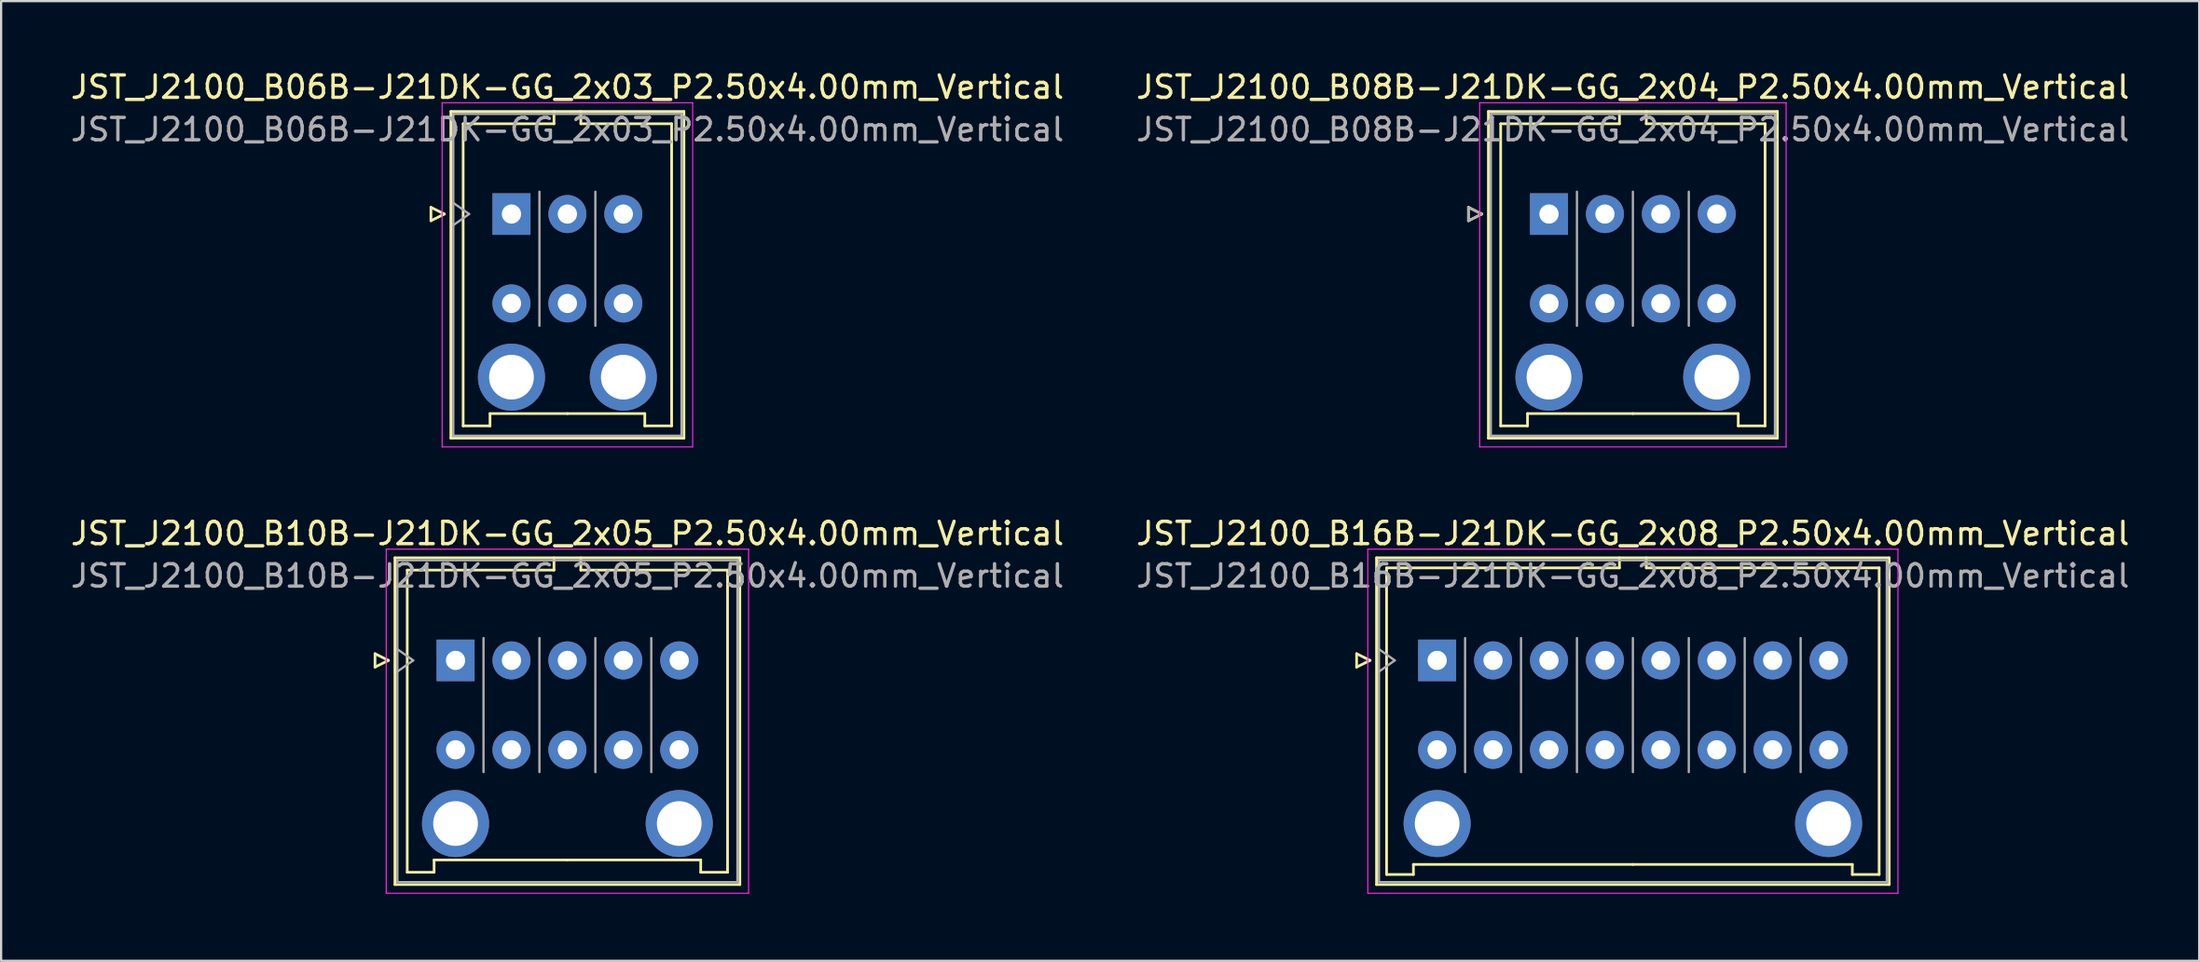
<source format=kicad_pcb>
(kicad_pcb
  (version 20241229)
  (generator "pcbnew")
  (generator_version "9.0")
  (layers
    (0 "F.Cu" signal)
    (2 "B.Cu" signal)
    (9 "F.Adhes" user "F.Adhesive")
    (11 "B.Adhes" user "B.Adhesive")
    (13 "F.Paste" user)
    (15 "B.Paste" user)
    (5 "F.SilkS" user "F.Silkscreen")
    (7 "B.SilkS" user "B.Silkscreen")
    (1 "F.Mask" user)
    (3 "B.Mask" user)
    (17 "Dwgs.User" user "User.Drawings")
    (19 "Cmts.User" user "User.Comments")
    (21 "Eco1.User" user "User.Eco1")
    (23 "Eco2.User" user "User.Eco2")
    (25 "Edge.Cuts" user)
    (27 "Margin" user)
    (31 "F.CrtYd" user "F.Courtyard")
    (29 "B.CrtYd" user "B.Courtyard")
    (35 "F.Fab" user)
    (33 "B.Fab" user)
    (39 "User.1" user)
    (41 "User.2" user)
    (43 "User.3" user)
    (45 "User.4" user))
  (footprint "JST_J2100_B10B-J21DK-GG_2x05_P2.50x4.00mm_Vertical"
    (layer "F.Cu")
    (at 17.315 26.502)
    (property "Reference" "JST_J2100_B10B-J21DK-GG_2x05_P2.50x4.00mm_Vertical" (at 5 -5.68 0) (layer "F.SilkS") (effects (font (size 1 1) (thickness 0.15))))
    (attr through_hole)
    (fp_line (start -3.6 -0.3) (end -3 0) (stroke (width 0.12) (type solid)) (layer "F.SilkS"))
    (fp_line (start -3.6 0.3) (end -3.6 -0.3) (stroke (width 0.12) (type solid)) (layer "F.SilkS"))
    (fp_line (start -3 0) (end -3.6 0.3) (stroke (width 0.12) (type solid)) (layer "F.SilkS"))
    (fp_line (start -2.71 -4.59) (end -2.71 10.03) (stroke (width 0.12) (type solid)) (layer "F.SilkS"))
    (fp_line (start -2.71 10.03) (end 12.71 10.03) (stroke (width 0.12) (type solid)) (layer "F.SilkS"))
    (fp_line (start -2.16 -4.04) (end -2.16 9.48) (stroke (width 0.12) (type solid)) (layer "F.SilkS"))
    (fp_line (start -2.16 9.48) (end -0.96 9.48) (stroke (width 0.12) (type solid)) (layer "F.SilkS"))
    (fp_line (start -0.96 8.93) (end 5 8.93) (stroke (width 0.12) (type solid)) (layer "F.SilkS"))
    (fp_line (start -0.96 9.48) (end -0.96 8.93) (stroke (width 0.12) (type solid)) (layer "F.SilkS"))
    (fp_line (start 4.4 -4.59) (end 4.4 -4.04) (stroke (width 0.12) (type solid)) (layer "F.SilkS"))
    (fp_line (start 4.4 -4.04) (end -2.16 -4.04) (stroke (width 0.12) (type solid)) (layer "F.SilkS"))
    (fp_line (start 5.6 -4.59) (end 5.6 -4.04) (stroke (width 0.12) (type solid)) (layer "F.SilkS"))
    (fp_line (start 5.6 -4.04) (end 12.16 -4.04) (stroke (width 0.12) (type solid)) (layer "F.SilkS"))
    (fp_line (start 10.96 8.93) (end 5 8.93) (stroke (width 0.12) (type solid)) (layer "F.SilkS"))
    (fp_line (start 10.96 9.48) (end 10.96 8.93) (stroke (width 0.12) (type solid)) (layer "F.SilkS"))
    (fp_line (start 12.16 -4.04) (end 12.16 9.48) (stroke (width 0.12) (type solid)) (layer "F.SilkS"))
    (fp_line (start 12.16 9.48) (end 10.96 9.48) (stroke (width 0.12) (type solid)) (layer "F.SilkS"))
    (fp_line (start 12.71 -4.59) (end -2.71 -4.59) (stroke (width 0.12) (type solid)) (layer "F.SilkS"))
    (fp_line (start 12.71 10.03) (end 12.71 -4.59) (stroke (width 0.12) (type solid)) (layer "F.SilkS"))
    (fp_line (start -3.1 -4.98) (end -3.1 10.42) (stroke (width 0.05) (type solid)) (layer "F.CrtYd"))
    (fp_line (start -3.1 10.42) (end 13.1 10.42) (stroke (width 0.05) (type solid)) (layer "F.CrtYd"))
    (fp_line (start 13.1 -4.98) (end -3.1 -4.98) (stroke (width 0.05) (type solid)) (layer "F.CrtYd"))
    (fp_line (start 13.1 10.42) (end 13.1 -4.98) (stroke (width 0.05) (type solid)) (layer "F.CrtYd"))
    (fp_line (start -2.6 -4.48) (end -2.6 9.92) (stroke (width 0.1) (type solid)) (layer "F.Fab"))
    (fp_line (start -2.6 0.5) (end -1.893 0) (stroke (width 0.1) (type solid)) (layer "F.Fab"))
    (fp_line (start -2.6 9.92) (end 12.6 9.92) (stroke (width 0.1) (type solid)) (layer "F.Fab"))
    (fp_line (start -1.893 0) (end -2.6 -0.5) (stroke (width 0.1) (type solid)) (layer "F.Fab"))
    (fp_line (start 1.25 5) (end 1.25 -1) (stroke (width 0.1) (type solid)) (layer "F.Fab"))
    (fp_line (start 3.75 5) (end 3.75 -1) (stroke (width 0.1) (type solid)) (layer "F.Fab"))
    (fp_line (start 6.25 5) (end 6.25 -1) (stroke (width 0.1) (type solid)) (layer "F.Fab"))
    (fp_line (start 8.75 5) (end 8.75 -1) (stroke (width 0.1) (type solid)) (layer "F.Fab"))
    (fp_line (start 12.6 -4.48) (end -2.6 -4.48) (stroke (width 0.1) (type solid)) (layer "F.Fab"))
    (fp_line (start 12.6 9.92) (end 12.6 -4.48) (stroke (width 0.1) (type solid)) (layer "F.Fab"))
    (fp_text user "${REFERENCE}" (at 5 -3.78 0) (layer "F.Fab") (effects (font (size 1 1) (thickness 0.15))))
    (pad "" thru_hole circle (at 0 7.3) (size 3 3) (drill 2) (layers "*.Cu" "*.Mask"))
    (pad "" thru_hole circle (at 10 7.3) (size 3 3) (drill 2) (layers "*.Cu" "*.Mask"))
    (pad "a1" thru_hole rect (at 0 0) (size 1.7 1.86) (drill 0.86) (layers "*.Cu" "*.Mask"))
    (pad "a2" thru_hole circle (at 2.5 0) (size 1.7 1.7) (drill 0.86) (layers "*.Cu" "*.Mask"))
    (pad "a3" thru_hole circle (at 5 0) (size 1.7 1.7) (drill 0.86) (layers "*.Cu" "*.Mask"))
    (pad "a4" thru_hole circle (at 7.5 0) (size 1.7 1.7) (drill 0.86) (layers "*.Cu" "*.Mask"))
    (pad "a5" thru_hole circle (at 10 0) (size 1.7 1.7) (drill 0.86) (layers "*.Cu" "*.Mask"))
    (pad "b1" thru_hole circle (at 0 4) (size 1.7 1.7) (drill 0.86) (layers "*.Cu" "*.Mask"))
    (pad "b2" thru_hole circle (at 2.5 4) (size 1.7 1.7) (drill 0.86) (layers "*.Cu" "*.Mask"))
    (pad "b3" thru_hole circle (at 5 4) (size 1.7 1.7) (drill 0.86) (layers "*.Cu" "*.Mask"))
    (pad "b4" thru_hole circle (at 7.5 4) (size 1.7 1.7) (drill 0.86) (layers "*.Cu" "*.Mask"))
    (pad "b5" thru_hole circle (at 10 4) (size 1.7 1.7) (drill 0.86) (layers "*.Cu" "*.Mask")))
  (footprint "JST_J2100_B06B-J21DK-GG_2x03_P2.50x4.00mm_Vertical"
    (layer "F.Cu")
    (at 19.815 6.528)
    (property "Reference" "JST_J2100_B06B-J21DK-GG_2x03_P2.50x4.00mm_Vertical" (at 2.5 -5.68 0) (layer "F.SilkS") (effects (font (size 1 1) (thickness 0.15))))
    (attr through_hole)
    (fp_line (start -3.6 -0.3) (end -3 0) (stroke (width 0.12) (type solid)) (layer "F.SilkS"))
    (fp_line (start -3.6 0.3) (end -3.6 -0.3) (stroke (width 0.12) (type solid)) (layer "F.SilkS"))
    (fp_line (start -3 0) (end -3.6 0.3) (stroke (width 0.12) (type solid)) (layer "F.SilkS"))
    (fp_line (start -2.71 -4.59) (end -2.71 10.03) (stroke (width 0.12) (type solid)) (layer "F.SilkS"))
    (fp_line (start -2.71 10.03) (end 7.71 10.03) (stroke (width 0.12) (type solid)) (layer "F.SilkS"))
    (fp_line (start -2.16 -4.04) (end -2.16 9.48) (stroke (width 0.12) (type solid)) (layer "F.SilkS"))
    (fp_line (start -2.16 9.48) (end -0.96 9.48) (stroke (width 0.12) (type solid)) (layer "F.SilkS"))
    (fp_line (start -0.96 8.93) (end 2.5 8.93) (stroke (width 0.12) (type solid)) (layer "F.SilkS"))
    (fp_line (start -0.96 9.48) (end -0.96 8.93) (stroke (width 0.12) (type solid)) (layer "F.SilkS"))
    (fp_line (start 1.9 -4.59) (end 1.9 -4.04) (stroke (width 0.12) (type solid)) (layer "F.SilkS"))
    (fp_line (start 1.9 -4.04) (end -2.16 -4.04) (stroke (width 0.12) (type solid)) (layer "F.SilkS"))
    (fp_line (start 3.1 -4.59) (end 3.1 -4.04) (stroke (width 0.12) (type solid)) (layer "F.SilkS"))
    (fp_line (start 3.1 -4.04) (end 7.16 -4.04) (stroke (width 0.12) (type solid)) (layer "F.SilkS"))
    (fp_line (start 5.96 8.93) (end 2.5 8.93) (stroke (width 0.12) (type solid)) (layer "F.SilkS"))
    (fp_line (start 5.96 9.48) (end 5.96 8.93) (stroke (width 0.12) (type solid)) (layer "F.SilkS"))
    (fp_line (start 7.16 -4.04) (end 7.16 9.48) (stroke (width 0.12) (type solid)) (layer "F.SilkS"))
    (fp_line (start 7.16 9.48) (end 5.96 9.48) (stroke (width 0.12) (type solid)) (layer "F.SilkS"))
    (fp_line (start 7.71 -4.59) (end -2.71 -4.59) (stroke (width 0.12) (type solid)) (layer "F.SilkS"))
    (fp_line (start 7.71 10.03) (end 7.71 -4.59) (stroke (width 0.12) (type solid)) (layer "F.SilkS"))
    (fp_line (start -3.1 -4.98) (end -3.1 10.42) (stroke (width 0.05) (type solid)) (layer "F.CrtYd"))
    (fp_line (start -3.1 10.42) (end 8.1 10.42) (stroke (width 0.05) (type solid)) (layer "F.CrtYd"))
    (fp_line (start 8.1 -4.98) (end -3.1 -4.98) (stroke (width 0.05) (type solid)) (layer "F.CrtYd"))
    (fp_line (start 8.1 10.42) (end 8.1 -4.98) (stroke (width 0.05) (type solid)) (layer "F.CrtYd"))
    (fp_line (start -2.6 -4.48) (end -2.6 9.92) (stroke (width 0.1) (type solid)) (layer "F.Fab"))
    (fp_line (start -2.6 0.5) (end -1.893 0) (stroke (width 0.1) (type solid)) (layer "F.Fab"))
    (fp_line (start -2.6 9.92) (end 7.6 9.92) (stroke (width 0.1) (type solid)) (layer "F.Fab"))
    (fp_line (start -1.893 0) (end -2.6 -0.5) (stroke (width 0.1) (type solid)) (layer "F.Fab"))
    (fp_line (start 1.25 5) (end 1.25 -1) (stroke (width 0.1) (type solid)) (layer "F.Fab"))
    (fp_line (start 3.75 5) (end 3.75 -1) (stroke (width 0.1) (type solid)) (layer "F.Fab"))
    (fp_line (start 7.6 -4.48) (end -2.6 -4.48) (stroke (width 0.1) (type solid)) (layer "F.Fab"))
    (fp_line (start 7.6 9.92) (end 7.6 -4.48) (stroke (width 0.1) (type solid)) (layer "F.Fab"))
    (fp_text user "${REFERENCE}" (at 2.5 -3.78 0) (layer "F.Fab") (effects (font (size 1 1) (thickness 0.15))))
    (pad "" thru_hole circle (at 0 7.3) (size 3 3) (drill 2) (layers "*.Cu" "*.Mask"))
    (pad "" thru_hole circle (at 5 7.3) (size 3 3) (drill 2) (layers "*.Cu" "*.Mask"))
    (pad "a1" thru_hole rect (at 0 0) (size 1.7 1.86) (drill 0.86) (layers "*.Cu" "*.Mask"))
    (pad "a2" thru_hole circle (at 2.5 0) (size 1.7 1.7) (drill 0.86) (layers "*.Cu" "*.Mask"))
    (pad "a3" thru_hole circle (at 5 0) (size 1.7 1.7) (drill 0.86) (layers "*.Cu" "*.Mask"))
    (pad "b1" thru_hole circle (at 0 4) (size 1.7 1.7) (drill 0.86) (layers "*.Cu" "*.Mask"))
    (pad "b2" thru_hole circle (at 2.5 4) (size 1.7 1.7) (drill 0.86) (layers "*.Cu" "*.Mask"))
    (pad "b3" thru_hole circle (at 5 4) (size 1.7 1.7) (drill 0.86) (layers "*.Cu" "*.Mask")))
  (footprint "JST_J2100_B08B-J21DK-GG_2x04_P2.50x4.00mm_Vertical"
    (layer "F.Cu")
    (at 66.196 6.528)
    (property "Reference" "JST_J2100_B08B-J21DK-GG_2x04_P2.50x4.00mm_Vertical" (at 3.75 -5.68 0) (layer "F.SilkS") (effects (font (size 1 1) (thickness 0.15))))
    (attr through_hole)
    (fp_line (start -3.6 -0.3) (end -3 0) (stroke (width 0.12) (type solid)) (layer "F.SilkS"))
    (fp_line (start -3.6 0.3) (end -3.6 -0.3) (stroke (width 0.12) (type solid)) (layer "F.SilkS"))
    (fp_line (start -3 0) (end -3.6 0.3) (stroke (width 0.12) (type solid)) (layer "F.SilkS"))
    (fp_line (start -2.71 -4.59) (end -2.71 10.03) (stroke (width 0.12) (type solid)) (layer "F.SilkS"))
    (fp_line (start -2.71 10.03) (end 10.21 10.03) (stroke (width 0.12) (type solid)) (layer "F.SilkS"))
    (fp_line (start -2.16 -4.04) (end -2.16 9.48) (stroke (width 0.12) (type solid)) (layer "F.SilkS"))
    (fp_line (start -2.16 9.48) (end -0.96 9.48) (stroke (width 0.12) (type solid)) (layer "F.SilkS"))
    (fp_line (start -0.96 8.93) (end 3.75 8.93) (stroke (width 0.12) (type solid)) (layer "F.SilkS"))
    (fp_line (start -0.96 9.48) (end -0.96 8.93) (stroke (width 0.12) (type solid)) (layer "F.SilkS"))
    (fp_line (start 3.15 -4.59) (end 3.15 -4.04) (stroke (width 0.12) (type solid)) (layer "F.SilkS"))
    (fp_line (start 3.15 -4.04) (end -2.16 -4.04) (stroke (width 0.12) (type solid)) (layer "F.SilkS"))
    (fp_line (start 4.35 -4.59) (end 4.35 -4.04) (stroke (width 0.12) (type solid)) (layer "F.SilkS"))
    (fp_line (start 4.35 -4.04) (end 9.66 -4.04) (stroke (width 0.12) (type solid)) (layer "F.SilkS"))
    (fp_line (start 8.46 8.93) (end 3.75 8.93) (stroke (width 0.12) (type solid)) (layer "F.SilkS"))
    (fp_line (start 8.46 9.48) (end 8.46 8.93) (stroke (width 0.12) (type solid)) (layer "F.SilkS"))
    (fp_line (start 9.66 -4.04) (end 9.66 9.48) (stroke (width 0.12) (type solid)) (layer "F.SilkS"))
    (fp_line (start 9.66 9.48) (end 8.46 9.48) (stroke (width 0.12) (type solid)) (layer "F.SilkS"))
    (fp_line (start 10.21 -4.59) (end -2.71 -4.59) (stroke (width 0.12) (type solid)) (layer "F.SilkS"))
    (fp_line (start 10.21 10.03) (end 10.21 -4.59) (stroke (width 0.12) (type solid)) (layer "F.SilkS"))
    (fp_line (start -3.1 -4.98) (end -3.1 10.42) (stroke (width 0.05) (type solid)) (layer "F.CrtYd"))
    (fp_line (start -3.1 10.42) (end 10.6 10.42) (stroke (width 0.05) (type solid)) (layer "F.CrtYd"))
    (fp_line (start 10.6 -4.98) (end -3.1 -4.98) (stroke (width 0.05) (type solid)) (layer "F.CrtYd"))
    (fp_line (start 10.6 10.42) (end 10.6 -4.98) (stroke (width 0.05) (type solid)) (layer "F.CrtYd"))
    (fp_line (start -3.6 -0.3) (end -3 0) (stroke (width 0.1) (type solid)) (layer "F.Fab"))
    (fp_line (start -3.6 0.3) (end -3.6 -0.3) (stroke (width 0.1) (type solid)) (layer "F.Fab"))
    (fp_line (start -3 0) (end -3.6 0.3) (stroke (width 0.1) (type solid)) (layer "F.Fab"))
    (fp_line (start -2.6 -4.48) (end -2.6 9.92) (stroke (width 0.1) (type solid)) (layer "F.Fab"))
    (fp_line (start -2.6 9.92) (end 10.1 9.92) (stroke (width 0.1) (type solid)) (layer "F.Fab"))
    (fp_line (start 1.25 5) (end 1.25 -1) (stroke (width 0.1) (type solid)) (layer "F.Fab"))
    (fp_line (start 3.75 5) (end 3.75 -1) (stroke (width 0.1) (type solid)) (layer "F.Fab"))
    (fp_line (start 6.25 5) (end 6.25 -1) (stroke (width 0.1) (type solid)) (layer "F.Fab"))
    (fp_line (start 10.1 -4.48) (end -2.6 -4.48) (stroke (width 0.1) (type solid)) (layer "F.Fab"))
    (fp_line (start 10.1 9.92) (end 10.1 -4.48) (stroke (width 0.1) (type solid)) (layer "F.Fab"))
    (fp_text user "${REFERENCE}" (at 3.75 -3.78 0) (layer "F.Fab") (effects (font (size 1 1) (thickness 0.15))))
    (pad "" thru_hole circle (at 0 7.3) (size 3 3) (drill 2) (layers "*.Cu" "*.Mask"))
    (pad "" thru_hole circle (at 7.5 7.3) (size 3 3) (drill 2) (layers "*.Cu" "*.Mask"))
    (pad "a1" thru_hole rect (at 0 0) (size 1.7 1.86) (drill 0.86) (layers "*.Cu" "*.Mask"))
    (pad "a2" thru_hole circle (at 2.5 0) (size 1.7 1.7) (drill 0.86) (layers "*.Cu" "*.Mask"))
    (pad "a3" thru_hole circle (at 5 0) (size 1.7 1.7) (drill 0.86) (layers "*.Cu" "*.Mask"))
    (pad "a4" thru_hole circle (at 7.5 0) (size 1.7 1.7) (drill 0.86) (layers "*.Cu" "*.Mask"))
    (pad "b1" thru_hole circle (at 0 4) (size 1.7 1.7) (drill 0.86) (layers "*.Cu" "*.Mask"))
    (pad "b2" thru_hole circle (at 2.5 4) (size 1.7 1.7) (drill 0.86) (layers "*.Cu" "*.Mask"))
    (pad "b3" thru_hole circle (at 5 4) (size 1.7 1.7) (drill 0.86) (layers "*.Cu" "*.Mask"))
    (pad "b4" thru_hole circle (at 7.5 4) (size 1.7 1.7) (drill 0.86) (layers "*.Cu" "*.Mask")))
  (footprint "JST_J2100_B16B-J21DK-GG_2x08_P2.50x4.00mm_Vertical"
    (layer "F.Cu")
    (at 61.196 26.502)
    (property "Reference" "JST_J2100_B16B-J21DK-GG_2x08_P2.50x4.00mm_Vertical" (at 8.75 -5.68 0) (layer "F.SilkS") (effects (font (size 1 1) (thickness 0.15))))
    (attr through_hole)
    (fp_line (start -3.6 -0.3) (end -3 0) (stroke (width 0.12) (type solid)) (layer "F.SilkS"))
    (fp_line (start -3.6 0.3) (end -3.6 -0.3) (stroke (width 0.12) (type solid)) (layer "F.SilkS"))
    (fp_line (start -3 0) (end -3.6 0.3) (stroke (width 0.12) (type solid)) (layer "F.SilkS"))
    (fp_line (start -2.71 -4.59) (end -2.71 10.03) (stroke (width 0.12) (type solid)) (layer "F.SilkS"))
    (fp_line (start -2.71 10.03) (end 20.21 10.03) (stroke (width 0.12) (type solid)) (layer "F.SilkS"))
    (fp_line (start -2.26 -4.14) (end -2.26 9.58) (stroke (width 0.12) (type solid)) (layer "F.SilkS"))
    (fp_line (start -2.26 9.58) (end -1.06 9.58) (stroke (width 0.12) (type solid)) (layer "F.SilkS"))
    (fp_line (start -1.06 9.13) (end 8.75 9.13) (stroke (width 0.12) (type solid)) (layer "F.SilkS"))
    (fp_line (start -1.06 9.58) (end -1.06 9.13) (stroke (width 0.12) (type solid)) (layer "F.SilkS"))
    (fp_line (start 8.15 -4.59) (end 8.15 -4.14) (stroke (width 0.12) (type solid)) (layer "F.SilkS"))
    (fp_line (start 8.15 -4.14) (end -2.26 -4.14) (stroke (width 0.12) (type solid)) (layer "F.SilkS"))
    (fp_line (start 9.35 -4.59) (end 9.35 -4.14) (stroke (width 0.12) (type solid)) (layer "F.SilkS"))
    (fp_line (start 9.35 -4.14) (end 19.76 -4.14) (stroke (width 0.12) (type solid)) (layer "F.SilkS"))
    (fp_line (start 18.56 9.13) (end 8.75 9.13) (stroke (width 0.12) (type solid)) (layer "F.SilkS"))
    (fp_line (start 18.56 9.58) (end 18.56 9.13) (stroke (width 0.12) (type solid)) (layer "F.SilkS"))
    (fp_line (start 19.76 -4.14) (end 19.76 9.58) (stroke (width 0.12) (type solid)) (layer "F.SilkS"))
    (fp_line (start 19.76 9.58) (end 18.56 9.58) (stroke (width 0.12) (type solid)) (layer "F.SilkS"))
    (fp_line (start 20.21 -4.59) (end -2.71 -4.59) (stroke (width 0.12) (type solid)) (layer "F.SilkS"))
    (fp_line (start 20.21 10.03) (end 20.21 -4.59) (stroke (width 0.12) (type solid)) (layer "F.SilkS"))
    (fp_line (start -3.1 -4.98) (end -3.1 10.42) (stroke (width 0.05) (type solid)) (layer "F.CrtYd"))
    (fp_line (start -3.1 10.42) (end 20.6 10.42) (stroke (width 0.05) (type solid)) (layer "F.CrtYd"))
    (fp_line (start 20.6 -4.98) (end -3.1 -4.98) (stroke (width 0.05) (type solid)) (layer "F.CrtYd"))
    (fp_line (start 20.6 10.42) (end 20.6 -4.98) (stroke (width 0.05) (type solid)) (layer "F.CrtYd"))
    (fp_line (start -2.6 -4.48) (end -2.6 9.92) (stroke (width 0.1) (type solid)) (layer "F.Fab"))
    (fp_line (start -2.6 0.5) (end -1.893 0) (stroke (width 0.1) (type solid)) (layer "F.Fab"))
    (fp_line (start -2.6 9.92) (end 20.1 9.92) (stroke (width 0.1) (type solid)) (layer "F.Fab"))
    (fp_line (start -1.893 0) (end -2.6 -0.5) (stroke (width 0.1) (type solid)) (layer "F.Fab"))
    (fp_line (start 1.25 5) (end 1.25 -1) (stroke (width 0.1) (type solid)) (layer "F.Fab"))
    (fp_line (start 3.75 5) (end 3.75 -1) (stroke (width 0.1) (type solid)) (layer "F.Fab"))
    (fp_line (start 6.25 5) (end 6.25 -1) (stroke (width 0.1) (type solid)) (layer "F.Fab"))
    (fp_line (start 8.75 5) (end 8.75 -1) (stroke (width 0.1) (type solid)) (layer "F.Fab"))
    (fp_line (start 11.25 5) (end 11.25 -1) (stroke (width 0.1) (type solid)) (layer "F.Fab"))
    (fp_line (start 13.75 5) (end 13.75 -1) (stroke (width 0.1) (type solid)) (layer "F.Fab"))
    (fp_line (start 16.25 5) (end 16.25 -1) (stroke (width 0.1) (type solid)) (layer "F.Fab"))
    (fp_line (start 20.1 -4.48) (end -2.6 -4.48) (stroke (width 0.1) (type solid)) (layer "F.Fab"))
    (fp_line (start 20.1 9.92) (end 20.1 -4.48) (stroke (width 0.1) (type solid)) (layer "F.Fab"))
    (fp_text user "${REFERENCE}" (at 8.75 -3.78 0) (layer "F.Fab") (effects (font (size 1 1) (thickness 0.15))))
    (pad "" thru_hole circle (at 0 7.3) (size 3 3) (drill 2) (layers "*.Cu" "*.Mask"))
    (pad "" thru_hole circle (at 17.5 7.3) (size 3 3) (drill 2) (layers "*.Cu" "*.Mask"))
    (pad "a1" thru_hole rect (at 0 0) (size 1.7 1.86) (drill 0.86) (layers "*.Cu" "*.Mask"))
    (pad "a2" thru_hole circle (at 2.5 0) (size 1.7 1.7) (drill 0.86) (layers "*.Cu" "*.Mask"))
    (pad "a3" thru_hole circle (at 5 0) (size 1.7 1.7) (drill 0.86) (layers "*.Cu" "*.Mask"))
    (pad "a4" thru_hole circle (at 7.5 0) (size 1.7 1.7) (drill 0.86) (layers "*.Cu" "*.Mask"))
    (pad "a5" thru_hole circle (at 10 0) (size 1.7 1.7) (drill 0.86) (layers "*.Cu" "*.Mask"))
    (pad "a6" thru_hole circle (at 12.5 0) (size 1.7 1.7) (drill 0.86) (layers "*.Cu" "*.Mask"))
    (pad "a7" thru_hole circle (at 15 0) (size 1.7 1.7) (drill 0.86) (layers "*.Cu" "*.Mask"))
    (pad "a8" thru_hole circle (at 17.5 0) (size 1.7 1.7) (drill 0.86) (layers "*.Cu" "*.Mask"))
    (pad "b1" thru_hole circle (at 0 4) (size 1.7 1.7) (drill 0.86) (layers "*.Cu" "*.Mask"))
    (pad "b2" thru_hole circle (at 2.5 4) (size 1.7 1.7) (drill 0.86) (layers "*.Cu" "*.Mask"))
    (pad "b3" thru_hole circle (at 5 4) (size 1.7 1.7) (drill 0.86) (layers "*.Cu" "*.Mask"))
    (pad "b4" thru_hole circle (at 7.5 4) (size 1.7 1.7) (drill 0.86) (layers "*.Cu" "*.Mask"))
    (pad "b5" thru_hole circle (at 10 4) (size 1.7 1.7) (drill 0.86) (layers "*.Cu" "*.Mask"))
    (pad "b6" thru_hole circle (at 12.5 4) (size 1.7 1.7) (drill 0.86) (layers "*.Cu" "*.Mask"))
    (pad "b7" thru_hole circle (at 15 4) (size 1.7 1.7) (drill 0.86) (layers "*.Cu" "*.Mask"))
    (pad "b8" thru_hole circle (at 17.5 4) (size 1.7 1.7) (drill 0.86) (layers "*.Cu" "*.Mask")))
  (gr_rect
    (start -3 -3)
    (end 95.262 39.947)
    (stroke (width 0.1) (type default))
    (fill no)
    (layer "Edge.Cuts")))
</source>
